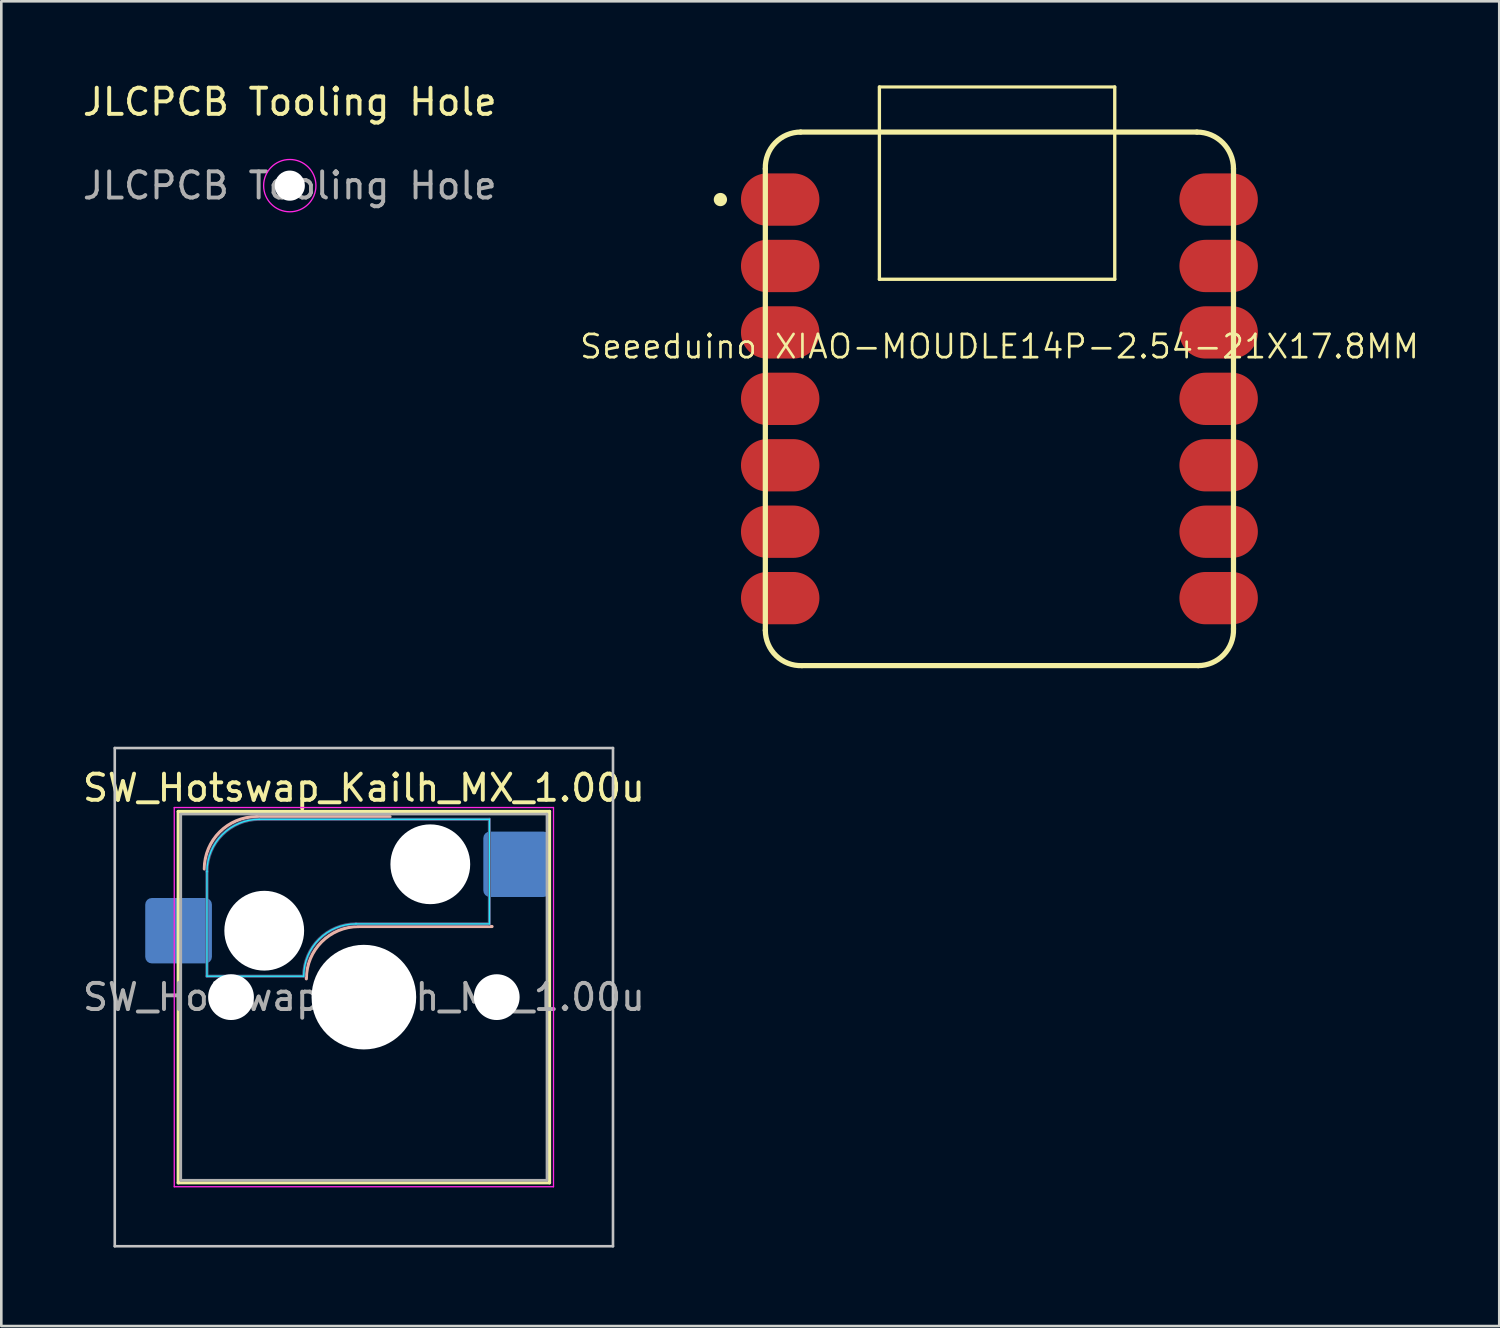
<source format=kicad_pcb>
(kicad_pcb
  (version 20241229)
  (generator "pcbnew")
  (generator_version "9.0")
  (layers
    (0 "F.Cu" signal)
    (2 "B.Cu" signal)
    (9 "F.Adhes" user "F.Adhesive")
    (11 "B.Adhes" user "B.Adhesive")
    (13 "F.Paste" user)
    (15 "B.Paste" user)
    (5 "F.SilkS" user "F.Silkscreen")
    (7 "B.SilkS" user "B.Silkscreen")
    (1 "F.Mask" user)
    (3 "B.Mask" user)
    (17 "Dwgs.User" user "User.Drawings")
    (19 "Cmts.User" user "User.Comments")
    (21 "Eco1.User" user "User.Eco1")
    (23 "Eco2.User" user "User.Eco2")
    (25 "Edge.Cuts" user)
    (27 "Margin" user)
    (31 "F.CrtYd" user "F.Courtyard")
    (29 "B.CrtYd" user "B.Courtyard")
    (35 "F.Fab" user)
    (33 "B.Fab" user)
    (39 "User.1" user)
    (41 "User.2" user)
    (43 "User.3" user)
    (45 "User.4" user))
  (footprint "SW_Hotswap_Kailh_MX_1.00u"
    (layer "F.Cu")
    (at 10.863 35.076)
    (property "Reference" "SW_Hotswap_Kailh_MX_1.00u" (at 0 -8 0) (layer "F.SilkS") (effects (font (size 1 1) (thickness 0.15))))
    (attr smd)
    (fp_line (start -7.1 -7.1) (end -7.1 7.1) (stroke (width 0.12) (type solid)) (layer "F.SilkS"))
    (fp_line (start -7.1 7.1) (end 7.1 7.1) (stroke (width 0.12) (type solid)) (layer "F.SilkS"))
    (fp_line (start 7.1 -7.1) (end -7.1 -7.1) (stroke (width 0.12) (type solid)) (layer "F.SilkS"))
    (fp_line (start 7.1 7.1) (end 7.1 -7.1) (stroke (width 0.12) (type solid)) (layer "F.SilkS"))
    (fp_line (start -4.1 -6.9) (end 1 -6.9) (stroke (width 0.12) (type solid)) (layer "B.SilkS"))
    (fp_line (start -0.2 -2.7) (end 4.9 -2.7) (stroke (width 0.12) (type solid)) (layer "B.SilkS"))
    (fp_arc (start -6.1 -4.9) (mid -5.514214 -6.314214) (end -4.1 -6.9) (stroke (width 0.12) (type solid)) (layer "B.SilkS"))
    (fp_arc (start -2.2 -0.7) (mid -1.614214 -2.114214) (end -0.2 -2.7) (stroke (width 0.12) (type solid)) (layer "B.SilkS"))
    (fp_line (start -9.525 -9.525) (end -9.525 9.525) (stroke (width 0.1) (type solid)) (layer "Dwgs.User"))
    (fp_line (start -9.525 9.525) (end 9.525 9.525) (stroke (width 0.1) (type solid)) (layer "Dwgs.User"))
    (fp_line (start 9.525 -9.525) (end -9.525 -9.525) (stroke (width 0.1) (type solid)) (layer "Dwgs.User"))
    (fp_line (start 9.525 9.525) (end 9.525 -9.525) (stroke (width 0.1) (type solid)) (layer "Dwgs.User"))
    (fp_line (start -7.8 -6) (end -7 -6) (stroke (width 0.1) (type solid)) (layer "Eco1.User"))
    (fp_line (start -7.8 -2.9) (end -7.8 -6) (stroke (width 0.1) (type solid)) (layer "Eco1.User"))
    (fp_line (start -7.8 2.9) (end -7 2.9) (stroke (width 0.1) (type solid)) (layer "Eco1.User"))
    (fp_line (start -7.8 6) (end -7.8 2.9) (stroke (width 0.1) (type solid)) (layer "Eco1.User"))
    (fp_line (start -7 -7) (end 7 -7) (stroke (width 0.1) (type solid)) (layer "Eco1.User"))
    (fp_line (start -7 -6) (end -7 -7) (stroke (width 0.1) (type solid)) (layer "Eco1.User"))
    (fp_line (start -7 -2.9) (end -7.8 -2.9) (stroke (width 0.1) (type solid)) (layer "Eco1.User"))
    (fp_line (start -7 2.9) (end -7 -2.9) (stroke (width 0.1) (type solid)) (layer "Eco1.User"))
    (fp_line (start -7 6) (end -7.8 6) (stroke (width 0.1) (type solid)) (layer "Eco1.User"))
    (fp_line (start -7 7) (end -7 6) (stroke (width 0.1) (type solid)) (layer "Eco1.User"))
    (fp_line (start 7 -7) (end 7 -6) (stroke (width 0.1) (type solid)) (layer "Eco1.User"))
    (fp_line (start 7 -6) (end 7.8 -6) (stroke (width 0.1) (type solid)) (layer "Eco1.User"))
    (fp_line (start 7 -2.9) (end 7 2.9) (stroke (width 0.1) (type solid)) (layer "Eco1.User"))
    (fp_line (start 7 2.9) (end 7.8 2.9) (stroke (width 0.1) (type solid)) (layer "Eco1.User"))
    (fp_line (start 7 6) (end 7 7) (stroke (width 0.1) (type solid)) (layer "Eco1.User"))
    (fp_line (start 7 7) (end -7 7) (stroke (width 0.1) (type solid)) (layer "Eco1.User"))
    (fp_line (start 7.8 -6) (end 7.8 -2.9) (stroke (width 0.1) (type solid)) (layer "Eco1.User"))
    (fp_line (start 7.8 -2.9) (end 7 -2.9) (stroke (width 0.1) (type solid)) (layer "Eco1.User"))
    (fp_line (start 7.8 2.9) (end 7.8 6) (stroke (width 0.1) (type solid)) (layer "Eco1.User"))
    (fp_line (start 7.8 6) (end 7 6) (stroke (width 0.1) (type solid)) (layer "Eco1.User"))
    (fp_line (start -6 -0.8) (end -6 -4.8) (stroke (width 0.05) (type solid)) (layer "B.CrtYd"))
    (fp_line (start -6 -0.8) (end -2.3 -0.8) (stroke (width 0.05) (type solid)) (layer "B.CrtYd"))
    (fp_line (start -4 -6.8) (end 4.8 -6.8) (stroke (width 0.05) (type solid)) (layer "B.CrtYd"))
    (fp_line (start -0.3 -2.8) (end 4.8 -2.8) (stroke (width 0.05) (type solid)) (layer "B.CrtYd"))
    (fp_line (start 4.8 -6.8) (end 4.8 -2.8) (stroke (width 0.05) (type solid)) (layer "B.CrtYd"))
    (fp_arc (start -6 -4.8) (mid -5.414214 -6.214214) (end -4 -6.8) (stroke (width 0.05) (type solid)) (layer "B.CrtYd"))
    (fp_arc (start -2.3 -0.8) (mid -1.714214 -2.214214) (end -0.3 -2.8) (stroke (width 0.05) (type solid)) (layer "B.CrtYd"))
    (fp_line (start -7.25 -7.25) (end -7.25 7.25) (stroke (width 0.05) (type solid)) (layer "F.CrtYd"))
    (fp_line (start -7.25 7.25) (end 7.25 7.25) (stroke (width 0.05) (type solid)) (layer "F.CrtYd"))
    (fp_line (start 7.25 -7.25) (end -7.25 -7.25) (stroke (width 0.05) (type solid)) (layer "F.CrtYd"))
    (fp_line (start 7.25 7.25) (end 7.25 -7.25) (stroke (width 0.05) (type solid)) (layer "F.CrtYd"))
    (fp_line (start -6 -0.8) (end -6 -4.8) (stroke (width 0.12) (type solid)) (layer "B.Fab"))
    (fp_line (start -6 -0.8) (end -2.3 -0.8) (stroke (width 0.12) (type solid)) (layer "B.Fab"))
    (fp_line (start -4 -6.8) (end 4.8 -6.8) (stroke (width 0.12) (type solid)) (layer "B.Fab"))
    (fp_line (start -0.3 -2.8) (end 4.8 -2.8) (stroke (width 0.12) (type solid)) (layer "B.Fab"))
    (fp_line (start 4.8 -6.8) (end 4.8 -2.8) (stroke (width 0.12) (type solid)) (layer "B.Fab"))
    (fp_arc (start -6 -4.8) (mid -5.414214 -6.214214) (end -4 -6.8) (stroke (width 0.12) (type solid)) (layer "B.Fab"))
    (fp_arc (start -2.3 -0.8) (mid -1.714214 -2.214214) (end -0.3 -2.8) (stroke (width 0.12) (type solid)) (layer "B.Fab"))
    (fp_line (start -7 -7) (end -7 7) (stroke (width 0.1) (type solid)) (layer "F.Fab"))
    (fp_line (start -7 7) (end 7 7) (stroke (width 0.1) (type solid)) (layer "F.Fab"))
    (fp_line (start 7 -7) (end -7 -7) (stroke (width 0.1) (type solid)) (layer "F.Fab"))
    (fp_line (start 7 7) (end 7 -7) (stroke (width 0.1) (type solid)) (layer "F.Fab"))
    (fp_text user "${REFERENCE}" (at 0 0 0) (layer "F.Fab") (effects (font (size 1 1) (thickness 0.15))))
    (pad "" np_thru_hole circle (at -5.08 0) (size 1.75 1.75) (drill 1.75) (layers "*.Cu" "*.Mask"))
    (pad "" np_thru_hole circle (at -3.81 -2.54) (size 3.05 3.05) (drill 3.05) (layers "*.Cu" "*.Mask"))
    (pad "" np_thru_hole circle (at 0 0) (size 4 4) (drill 4) (layers "*.Cu" "*.Mask"))
    (pad "" np_thru_hole circle (at 2.54 -5.08) (size 3.05 3.05) (drill 3.05) (layers "*.Cu" "*.Mask"))
    (pad "" np_thru_hole circle (at 5.08 0) (size 1.75 1.75) (drill 1.75) (layers "*.Cu" "*.Mask"))
    (pad "1" smd roundrect (at -7.085 -2.54) (size 2.55 2.5) (layers "B.Cu" "B.Mask") (roundrect_rratio 0.1))
    (pad "2" smd roundrect (at 5.842 -5.08) (size 2.55 2.5) (layers "B.Cu" "B.Mask") (roundrect_rratio 0.1)))
  (footprint "Seeeduino XIAO-MOUDLE14P-2.54-21X17.8MM"
    (layer "F.Cu")
    (at 35.163 12.2)
    (property "Reference" "Seeeduino XIAO-MOUDLE14P-2.54-21X17.8MM" (at 0.004 -2 0) (layer "F.SilkS") (effects (font (size 0.889 0.889) (thickness 0.102))))
    (attr smd)
    (fp_line (start -8.95 -8.8) (end -8.95 8.85) (stroke (width 0.2) (type solid)) (layer "F.SilkS"))
    (fp_line (start -7.55 10.2) (end 7.6 10.2) (stroke (width 0.2) (type solid)) (layer "F.SilkS"))
    (fp_line (start -4.589 -4.572) (end -4.589 -11.925) (stroke (width 0.127) (type solid)) (layer "F.SilkS"))
    (fp_line (start 4.41 -11.925) (end -4.589 -11.925) (stroke (width 0.12) (type solid)) (layer "F.SilkS"))
    (fp_line (start 4.41 -11.925) (end 4.41 -4.572) (stroke (width 0.127) (type solid)) (layer "F.SilkS"))
    (fp_line (start 4.41 -4.572) (end -4.589 -4.572) (stroke (width 0.127) (type solid)) (layer "F.SilkS"))
    (fp_line (start 7.55 -10.2) (end -7.6 -10.2) (stroke (width 0.2) (type solid)) (layer "F.SilkS"))
    (fp_line (start 8.95 -8.8) (end 8.95 8.8) (stroke (width 0.2) (type solid)) (layer "F.SilkS"))
    (fp_arc (start -8.95 -8.8) (mid -8.572431 -9.786809) (end -7.6 -10.2) (stroke (width 0.2) (type solid)) (layer "F.SilkS"))
    (fp_arc (start -7.55 10.2) (mid -8.536809 9.822431) (end -8.95 8.85) (stroke (width 0.2) (type solid)) (layer "F.SilkS"))
    (fp_arc (start 7.55 -10.2) (mid 8.539949 -9.789949) (end 8.95 -8.8) (stroke (width 0.2) (type solid)) (layer "F.SilkS"))
    (fp_arc (start 8.95 8.8) (mid 8.572431 9.786808) (end 7.6 10.2) (stroke (width 0.2) (type solid)) (layer "F.SilkS"))
    (fp_circle (center -10.668 -7.62) (end -10.668 -7.874) (stroke (width 0) (type solid)) (fill yes) (layer "F.SilkS"))
    (pad "1" smd oval (at -8.382 -7.62) (size 3 2) (layers "F.Cu" "F.Mask"))
    (pad "2" smd oval (at -8.382 -5.08) (size 3 2) (layers "F.Cu" "F.Mask"))
    (pad "3" smd oval (at -8.382 -2.54) (size 3 2) (layers "F.Cu" "F.Mask"))
    (pad "4" smd oval (at -8.382 0) (size 3 2) (layers "F.Cu" "F.Mask"))
    (pad "5" smd oval (at -8.382 2.54) (size 3 2) (layers "F.Cu" "F.Mask"))
    (pad "6" smd oval (at -8.382 5.08) (size 3 2) (layers "F.Cu" "F.Mask"))
    (pad "7" smd oval (at -8.382 7.62) (size 3 2) (layers "F.Cu" "F.Mask"))
    (pad "8" smd oval (at 8.382 7.62) (size 3 2) (layers "F.Cu" "F.Mask"))
    (pad "9" smd oval (at 8.382 5.08) (size 3 2) (layers "F.Cu" "F.Mask"))
    (pad "10" smd oval (at 8.382 2.54) (size 3 2) (layers "F.Cu" "F.Mask"))
    (pad "11" smd oval (at 8.382 0) (size 3 2) (layers "F.Cu" "F.Mask"))
    (pad "12" smd oval (at 8.382 -2.54) (size 3 2) (layers "F.Cu" "F.Mask"))
    (pad "13" smd oval (at 8.382 -5.08) (size 3 2) (layers "F.Cu" "F.Mask"))
    (pad "14" smd oval (at 8.382 -7.62) (size 3 2) (layers "F.Cu" "F.Mask"))
    (zone (net_name "") (layers "F.Cu" "F.SilkS") (hatch edge 0.508) (connect_pads) (min_thickness 0.254) (filled_areas_thickness no) (keepout (tracks not_allowed) (vias not_allowed) (pads not_allowed) (copperpour not_allowed) (footprints allowed)) (placement (enabled no)) (fill) (polygon (pts (xy 37.363 22.2) (xy 32.963 22.2) (xy 32.963 19.4) (xy 37.363 19.4))))
    (zone (net_name "") (layers "F.Cu" "F.SilkS") (hatch edge 0.508) (connect_pads) (min_thickness 0.254) (filled_areas_thickness no) (keepout (tracks not_allowed) (vias not_allowed) (pads not_allowed) (copperpour not_allowed) (footprints allowed)) (placement (enabled no)) (fill) (polygon (pts (xy 40.563 8.4) (xy 29.763 8.4) (xy 29.763 0) (xy 40.563 0)))))
  (footprint "JLCPCB Tooling Hole"
    (layer "F.Cu")
    (at 8.03 4.048)
    (property "Reference" "JLCPCB Tooling Hole" (at 0 -3.2 0) (layer "F.SilkS") (effects (font (size 1 1) (thickness 0.15))))
    (attr exclude_from_pos_files exclude_from_bom)
    (fp_circle (center 0 0) (end 1 0) (stroke (width 0.05) (type solid)) (fill no) (layer "F.CrtYd"))
    (fp_text user "${REFERENCE}" (at 0 0 0) (layer "F.Fab") (effects (font (size 1 1) (thickness 0.15))))
    (pad "" np_thru_hole circle (at 0 0) (size 1.152 1.152) (drill 1.152) (layers "*.Cu" "*.Mask")))
  (gr_rect
    (start -3 -3)
    (end 54.275 47.651)
    (stroke (width 0.1) (type default))
    (fill no)
    (layer "Edge.Cuts")))
</source>
